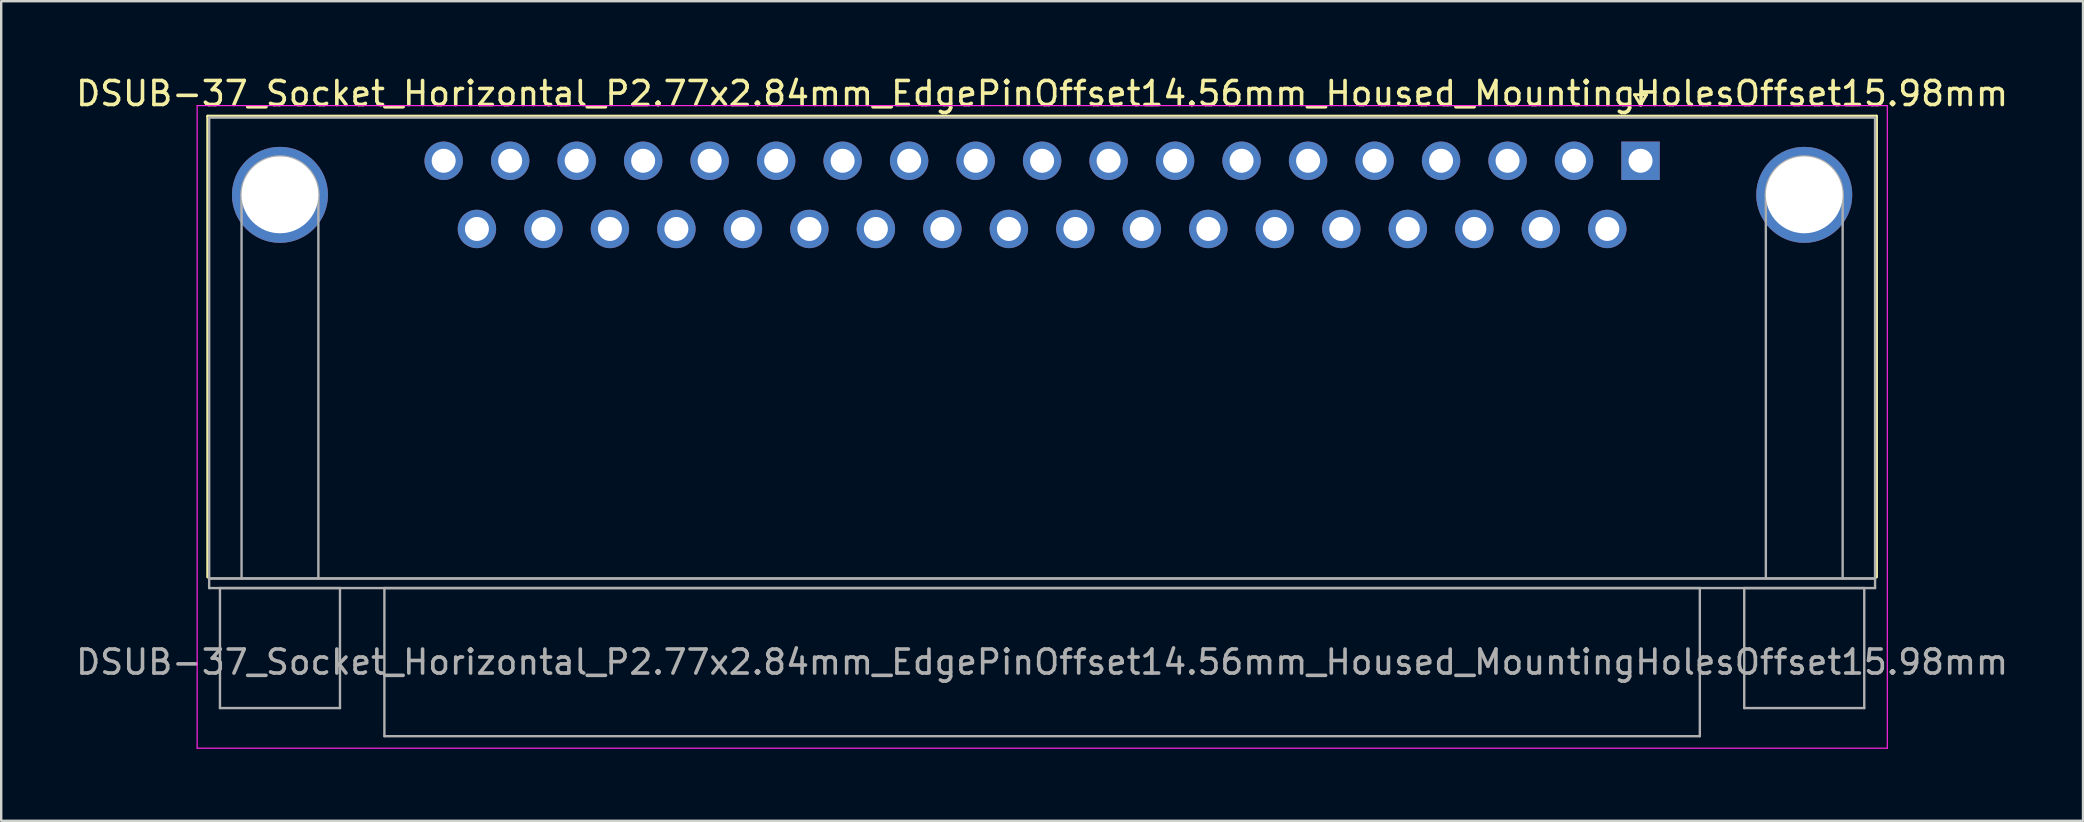
<source format=kicad_pcb>
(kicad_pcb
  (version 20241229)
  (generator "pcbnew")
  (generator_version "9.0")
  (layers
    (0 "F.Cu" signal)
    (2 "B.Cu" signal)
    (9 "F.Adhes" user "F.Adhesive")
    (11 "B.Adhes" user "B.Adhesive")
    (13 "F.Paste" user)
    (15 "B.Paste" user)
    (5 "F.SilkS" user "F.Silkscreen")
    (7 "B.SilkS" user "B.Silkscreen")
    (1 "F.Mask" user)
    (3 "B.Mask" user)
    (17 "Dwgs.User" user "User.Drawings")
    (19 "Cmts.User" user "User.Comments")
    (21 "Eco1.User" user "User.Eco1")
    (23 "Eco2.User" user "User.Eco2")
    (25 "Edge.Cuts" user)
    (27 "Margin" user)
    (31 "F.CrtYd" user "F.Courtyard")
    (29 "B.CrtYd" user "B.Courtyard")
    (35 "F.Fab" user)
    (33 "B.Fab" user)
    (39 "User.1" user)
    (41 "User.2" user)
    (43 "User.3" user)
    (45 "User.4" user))
  (footprint "DSUB-37_Socket_Horizontal_P2.77x2.84mm_EdgePinOffset14.56mm_Housed_MountingHolesOffset15.98mm"
    (layer "F.Cu")
    (at 65.293 3.648)
    (property "Reference" "DSUB-37_Socket_Horizontal_P2.77x2.84mm_EdgePinOffset14.56mm_Housed_MountingHolesOffset15.98mm" (at -24.93 -2.8 0) (layer "F.SilkS") (effects (font (size 1 1) (thickness 0.15))))
    (attr through_hole)
    (fp_line (start -59.69 -1.86) (end 9.83 -1.86) (stroke (width 0.12) (type solid)) (layer "F.SilkS"))
    (fp_line (start -59.69 17.34) (end -59.69 -1.86) (stroke (width 0.12) (type solid)) (layer "F.SilkS"))
    (fp_line (start -0.25 -2.754) (end 0.25 -2.754) (stroke (width 0.12) (type solid)) (layer "F.SilkS"))
    (fp_line (start 0 -2.321) (end -0.25 -2.754) (stroke (width 0.12) (type solid)) (layer "F.SilkS"))
    (fp_line (start 0.25 -2.754) (end 0 -2.321) (stroke (width 0.12) (type solid)) (layer "F.SilkS"))
    (fp_line (start 9.83 -1.86) (end 9.83 17.34) (stroke (width 0.12) (type solid)) (layer "F.SilkS"))
    (fp_line (start -60.13 -2.3) (end -60.13 24.47) (stroke (width 0.05) (type solid)) (layer "F.CrtYd"))
    (fp_line (start -60.13 24.47) (end 10.28 24.47) (stroke (width 0.05) (type solid)) (layer "F.CrtYd"))
    (fp_line (start 10.28 -2.3) (end -60.13 -2.3) (stroke (width 0.05) (type solid)) (layer "F.CrtYd"))
    (fp_line (start 10.28 24.47) (end 10.28 -2.3) (stroke (width 0.05) (type solid)) (layer "F.CrtYd"))
    (fp_line (start -59.63 -1.8) (end -59.63 17.4) (stroke (width 0.1) (type solid)) (layer "F.Fab"))
    (fp_line (start -59.63 17.4) (end -59.63 17.8) (stroke (width 0.1) (type solid)) (layer "F.Fab"))
    (fp_line (start -59.63 17.4) (end 9.77 17.4) (stroke (width 0.1) (type solid)) (layer "F.Fab"))
    (fp_line (start -59.63 17.8) (end 9.77 17.8) (stroke (width 0.1) (type solid)) (layer "F.Fab"))
    (fp_line (start -59.18 17.8) (end -59.18 22.8) (stroke (width 0.1) (type solid)) (layer "F.Fab"))
    (fp_line (start -59.18 22.8) (end -54.18 22.8) (stroke (width 0.1) (type solid)) (layer "F.Fab"))
    (fp_line (start -58.28 17.4) (end -58.28 1.42) (stroke (width 0.1) (type solid)) (layer "F.Fab"))
    (fp_line (start -55.08 17.4) (end -55.08 1.42) (stroke (width 0.1) (type solid)) (layer "F.Fab"))
    (fp_line (start -54.18 17.8) (end -59.18 17.8) (stroke (width 0.1) (type solid)) (layer "F.Fab"))
    (fp_line (start -54.18 22.8) (end -54.18 17.8) (stroke (width 0.1) (type solid)) (layer "F.Fab"))
    (fp_line (start -52.33 17.8) (end -52.33 23.97) (stroke (width 0.1) (type solid)) (layer "F.Fab"))
    (fp_line (start -52.33 23.97) (end 2.47 23.97) (stroke (width 0.1) (type solid)) (layer "F.Fab"))
    (fp_line (start 2.47 17.8) (end -52.33 17.8) (stroke (width 0.1) (type solid)) (layer "F.Fab"))
    (fp_line (start 2.47 23.97) (end 2.47 17.8) (stroke (width 0.1) (type solid)) (layer "F.Fab"))
    (fp_line (start 4.32 17.8) (end 4.32 22.8) (stroke (width 0.1) (type solid)) (layer "F.Fab"))
    (fp_line (start 4.32 22.8) (end 9.32 22.8) (stroke (width 0.1) (type solid)) (layer "F.Fab"))
    (fp_line (start 5.22 17.4) (end 5.22 1.42) (stroke (width 0.1) (type solid)) (layer "F.Fab"))
    (fp_line (start 8.42 17.4) (end 8.42 1.42) (stroke (width 0.1) (type solid)) (layer "F.Fab"))
    (fp_line (start 9.32 17.8) (end 4.32 17.8) (stroke (width 0.1) (type solid)) (layer "F.Fab"))
    (fp_line (start 9.32 22.8) (end 9.32 17.8) (stroke (width 0.1) (type solid)) (layer "F.Fab"))
    (fp_line (start 9.77 -1.8) (end -59.63 -1.8) (stroke (width 0.1) (type solid)) (layer "F.Fab"))
    (fp_line (start 9.77 17.4) (end -59.63 17.4) (stroke (width 0.1) (type solid)) (layer "F.Fab"))
    (fp_line (start 9.77 17.4) (end 9.77 -1.8) (stroke (width 0.1) (type solid)) (layer "F.Fab"))
    (fp_line (start 9.77 17.8) (end 9.77 17.4) (stroke (width 0.1) (type solid)) (layer "F.Fab"))
    (fp_arc (start -58.28 1.42) (mid -56.68 -0.18) (end -55.08 1.42) (stroke (width 0.1) (type solid)) (layer "F.Fab"))
    (fp_arc (start 5.22 1.42) (mid 6.82 -0.18) (end 8.42 1.42) (stroke (width 0.1) (type solid)) (layer "F.Fab"))
    (fp_text user "${REFERENCE}" (at -24.93 20.885 0) (layer "F.Fab") (effects (font (size 1 1) (thickness 0.15))))
    (pad "0" thru_hole circle (at -56.68 1.42) (size 4 4) (drill 3.2) (layers "*.Cu" "*.Mask"))
    (pad "0" thru_hole circle (at 6.82 1.42) (size 4 4) (drill 3.2) (layers "*.Cu" "*.Mask"))
    (pad "1" thru_hole rect (at 0 0) (size 1.6 1.6) (drill 1) (layers "*.Cu" "*.Mask"))
    (pad "2" thru_hole circle (at -2.77 0) (size 1.6 1.6) (drill 1) (layers "*.Cu" "*.Mask"))
    (pad "3" thru_hole circle (at -5.54 0) (size 1.6 1.6) (drill 1) (layers "*.Cu" "*.Mask"))
    (pad "4" thru_hole circle (at -8.31 0) (size 1.6 1.6) (drill 1) (layers "*.Cu" "*.Mask"))
    (pad "5" thru_hole circle (at -11.08 0) (size 1.6 1.6) (drill 1) (layers "*.Cu" "*.Mask"))
    (pad "6" thru_hole circle (at -13.85 0) (size 1.6 1.6) (drill 1) (layers "*.Cu" "*.Mask"))
    (pad "7" thru_hole circle (at -16.62 0) (size 1.6 1.6) (drill 1) (layers "*.Cu" "*.Mask"))
    (pad "8" thru_hole circle (at -19.39 0) (size 1.6 1.6) (drill 1) (layers "*.Cu" "*.Mask"))
    (pad "9" thru_hole circle (at -22.16 0) (size 1.6 1.6) (drill 1) (layers "*.Cu" "*.Mask"))
    (pad "10" thru_hole circle (at -24.93 0) (size 1.6 1.6) (drill 1) (layers "*.Cu" "*.Mask"))
    (pad "11" thru_hole circle (at -27.7 0) (size 1.6 1.6) (drill 1) (layers "*.Cu" "*.Mask"))
    (pad "12" thru_hole circle (at -30.47 0) (size 1.6 1.6) (drill 1) (layers "*.Cu" "*.Mask"))
    (pad "13" thru_hole circle (at -33.24 0) (size 1.6 1.6) (drill 1) (layers "*.Cu" "*.Mask"))
    (pad "14" thru_hole circle (at -36.01 0) (size 1.6 1.6) (drill 1) (layers "*.Cu" "*.Mask"))
    (pad "15" thru_hole circle (at -38.78 0) (size 1.6 1.6) (drill 1) (layers "*.Cu" "*.Mask"))
    (pad "16" thru_hole circle (at -41.55 0) (size 1.6 1.6) (drill 1) (layers "*.Cu" "*.Mask"))
    (pad "17" thru_hole circle (at -44.32 0) (size 1.6 1.6) (drill 1) (layers "*.Cu" "*.Mask"))
    (pad "18" thru_hole circle (at -47.09 0) (size 1.6 1.6) (drill 1) (layers "*.Cu" "*.Mask"))
    (pad "19" thru_hole circle (at -49.86 0) (size 1.6 1.6) (drill 1) (layers "*.Cu" "*.Mask"))
    (pad "20" thru_hole circle (at -1.385 2.84) (size 1.6 1.6) (drill 1) (layers "*.Cu" "*.Mask"))
    (pad "21" thru_hole circle (at -4.155 2.84) (size 1.6 1.6) (drill 1) (layers "*.Cu" "*.Mask"))
    (pad "22" thru_hole circle (at -6.925 2.84) (size 1.6 1.6) (drill 1) (layers "*.Cu" "*.Mask"))
    (pad "23" thru_hole circle (at -9.695 2.84) (size 1.6 1.6) (drill 1) (layers "*.Cu" "*.Mask"))
    (pad "24" thru_hole circle (at -12.465 2.84) (size 1.6 1.6) (drill 1) (layers "*.Cu" "*.Mask"))
    (pad "25" thru_hole circle (at -15.235 2.84) (size 1.6 1.6) (drill 1) (layers "*.Cu" "*.Mask"))
    (pad "26" thru_hole circle (at -18.005 2.84) (size 1.6 1.6) (drill 1) (layers "*.Cu" "*.Mask"))
    (pad "27" thru_hole circle (at -20.775 2.84) (size 1.6 1.6) (drill 1) (layers "*.Cu" "*.Mask"))
    (pad "28" thru_hole circle (at -23.545 2.84) (size 1.6 1.6) (drill 1) (layers "*.Cu" "*.Mask"))
    (pad "29" thru_hole circle (at -26.315 2.84) (size 1.6 1.6) (drill 1) (layers "*.Cu" "*.Mask"))
    (pad "30" thru_hole circle (at -29.085 2.84) (size 1.6 1.6) (drill 1) (layers "*.Cu" "*.Mask"))
    (pad "31" thru_hole circle (at -31.855 2.84) (size 1.6 1.6) (drill 1) (layers "*.Cu" "*.Mask"))
    (pad "32" thru_hole circle (at -34.625 2.84) (size 1.6 1.6) (drill 1) (layers "*.Cu" "*.Mask"))
    (pad "33" thru_hole circle (at -37.395 2.84) (size 1.6 1.6) (drill 1) (layers "*.Cu" "*.Mask"))
    (pad "34" thru_hole circle (at -40.165 2.84) (size 1.6 1.6) (drill 1) (layers "*.Cu" "*.Mask"))
    (pad "35" thru_hole circle (at -42.935 2.84) (size 1.6 1.6) (drill 1) (layers "*.Cu" "*.Mask"))
    (pad "36" thru_hole circle (at -45.705 2.84) (size 1.6 1.6) (drill 1) (layers "*.Cu" "*.Mask"))
    (pad "37" thru_hole circle (at -48.475 2.84) (size 1.6 1.6) (drill 1) (layers "*.Cu" "*.Mask")))
  (gr_rect
    (start -3 -3)
    (end 83.726 31.143)
    (stroke (width 0.1) (type default))
    (fill no)
    (layer "Edge.Cuts")))
</source>
